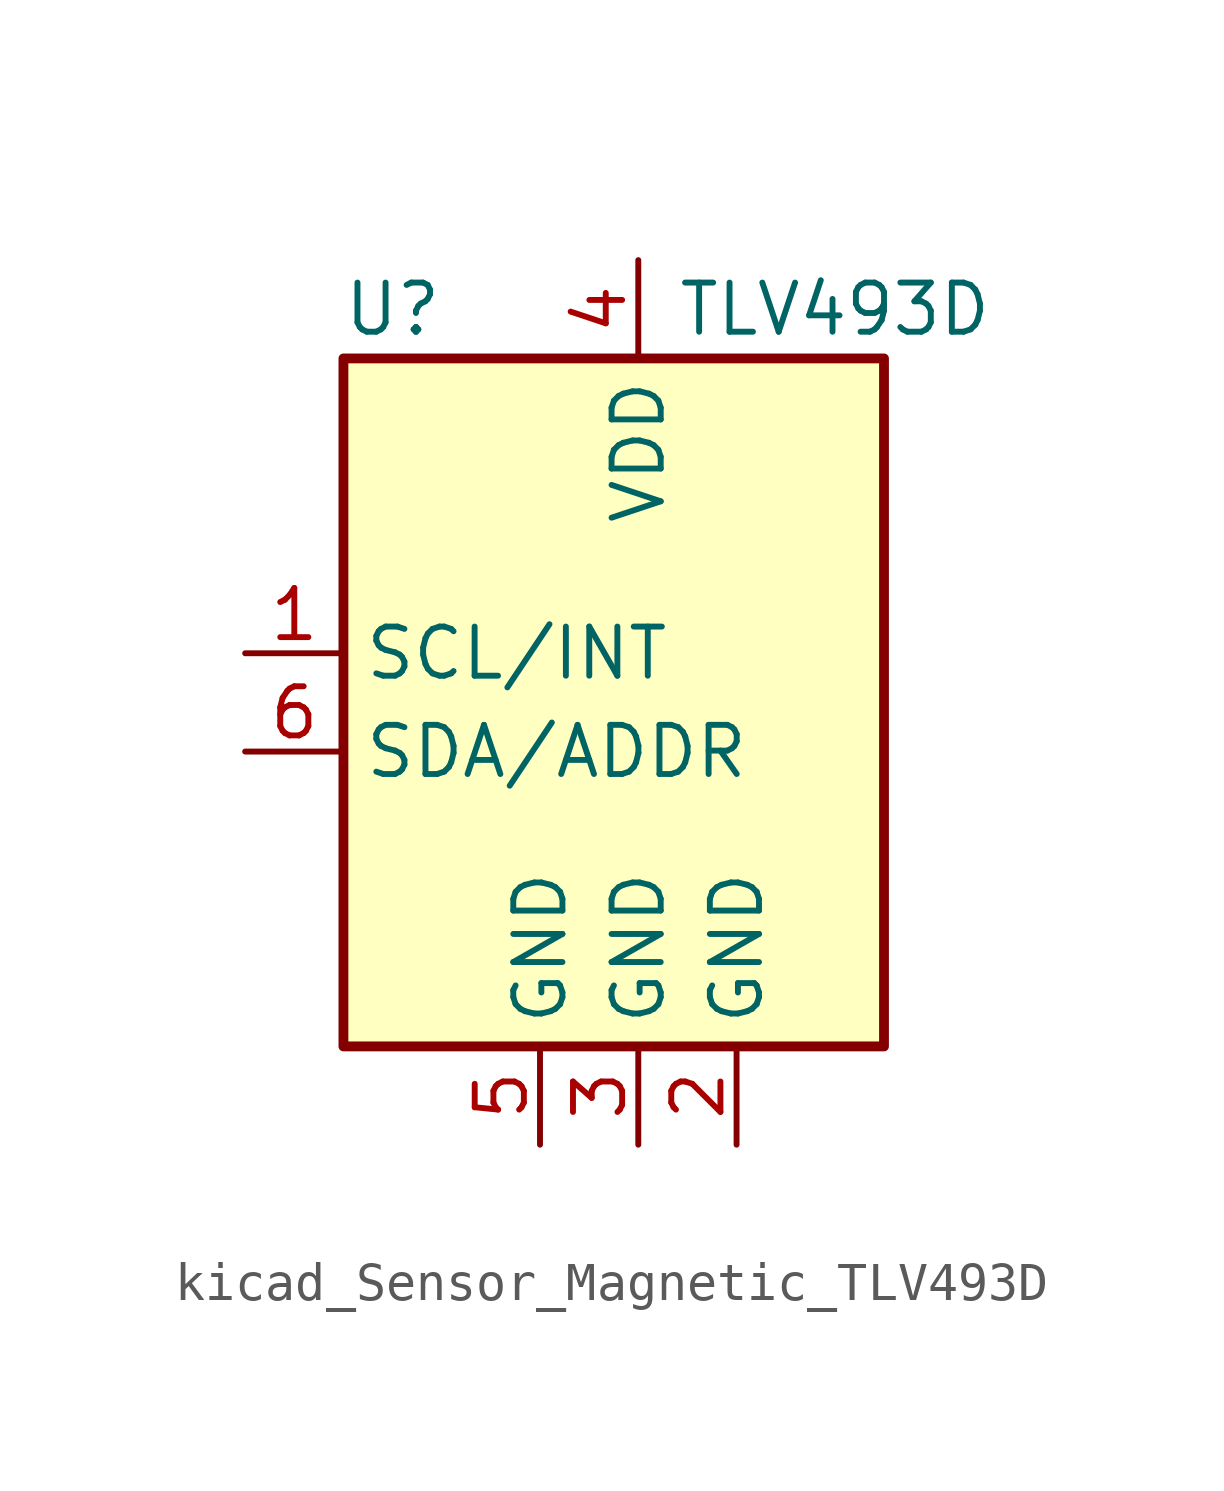
<source format=kicad_sym>
(kicad_symbol_lib
  (version 20220914)
  (generator kicad_symbol_editor)
  (symbol "kicad_Sensor_Magnetic_TLV493D"
    (property "Reference" "U"
      (at -6.35 11.43 0)
      (effects (font (size 1.27 1.27))))
    (property "Value" "TLV493D"
      (at 5.08 11.43 0)
      (effects (font (size 1.27 1.27))))
    (symbol "kicad_Sensor_Magnetic_TLV493D_0_1"
      (rectangle (start -7.62 10.16) (end 6.35 -7.62) (stroke (width 0.254) (type default)) (fill (type background))))
    (symbol "kicad_Sensor_Magnetic_TLV493D_1_1"
      (pin bidirectional line (at -10.16 2.54 0) (length 2.54) (name "SCL/INT" (effects (font (size 1.27 1.27)))) (number "1" (effects (font (size 1.27 1.27)))))
      (pin power_in line (at 2.54 -10.16 90) (length 2.54) (name "GND" (effects (font (size 1.27 1.27)))) (number "2" (effects (font (size 1.27 1.27)))))
      (pin power_in line (at 0 -10.16 90) (length 2.54) (name "GND" (effects (font (size 1.27 1.27)))) (number "3" (effects (font (size 1.27 1.27)))))
      (pin power_in line (at 0 12.7 270) (length 2.54) (name "VDD" (effects (font (size 1.27 1.27)))) (number "4" (effects (font (size 1.27 1.27)))))
      (pin power_in line (at -2.54 -10.16 90) (length 2.54) (name "GND" (effects (font (size 1.27 1.27)))) (number "5" (effects (font (size 1.27 1.27)))))
      (pin bidirectional line (at -10.16 0 0) (length 2.54) (name "SDA/ADDR" (effects (font (size 1.27 1.27)))) (number "6" (effects (font (size 1.27 1.27))))))))
</source>
